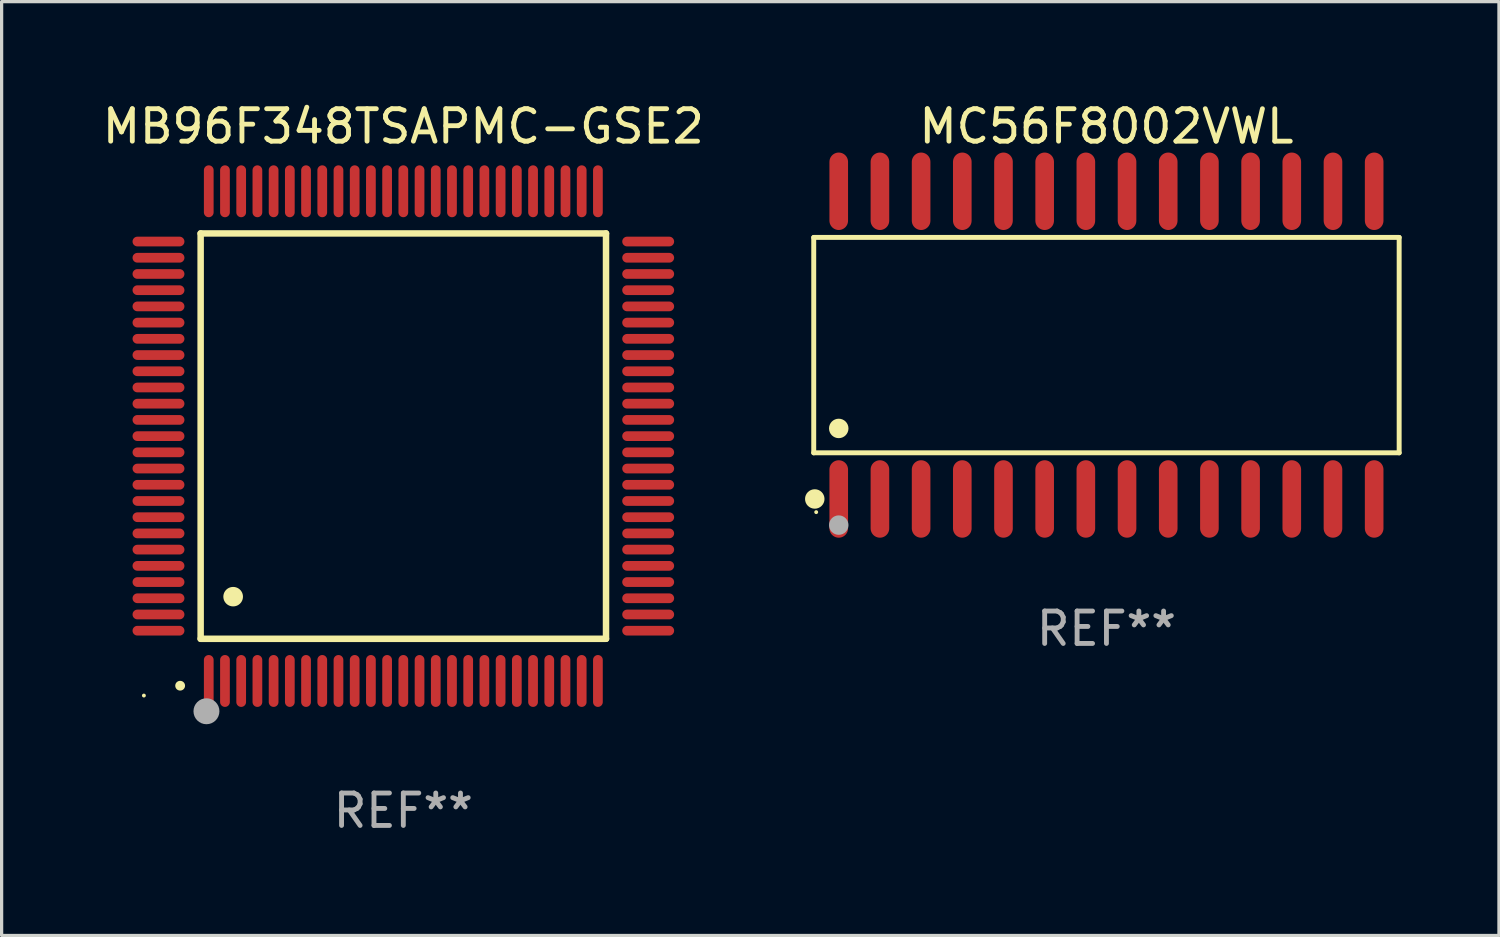
<source format=kicad_pcb>
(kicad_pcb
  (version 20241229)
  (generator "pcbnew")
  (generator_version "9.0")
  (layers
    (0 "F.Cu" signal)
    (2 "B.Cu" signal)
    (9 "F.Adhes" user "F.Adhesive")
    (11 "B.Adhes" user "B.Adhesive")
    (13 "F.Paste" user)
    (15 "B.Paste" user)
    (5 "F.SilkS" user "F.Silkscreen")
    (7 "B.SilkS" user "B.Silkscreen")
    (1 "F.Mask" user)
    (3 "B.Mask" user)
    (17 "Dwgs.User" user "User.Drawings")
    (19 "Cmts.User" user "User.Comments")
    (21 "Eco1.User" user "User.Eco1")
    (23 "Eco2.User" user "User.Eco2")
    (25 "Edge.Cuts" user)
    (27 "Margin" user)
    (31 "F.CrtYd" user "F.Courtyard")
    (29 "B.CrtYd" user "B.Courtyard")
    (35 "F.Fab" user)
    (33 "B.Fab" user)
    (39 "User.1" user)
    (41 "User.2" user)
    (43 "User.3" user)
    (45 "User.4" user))
  (footprint "MB96F348TSAPMC-GSE2"
    (layer "F.Cu")
    (at 9.387 10.398)
    (property "Reference" "MB96F348TSAPMC-GSE2" (at 0 -9.55 0) (layer "F.SilkS") (effects (font (size 1 1) (thickness 0.15))))
    (attr through_hole)
    (fp_line (start -6.25 -6.25) (end -6.25 6.25) (stroke (width 0.2) (type solid)) (layer "F.SilkS"))
    (fp_line (start -6.25 6.25) (end 6.25 6.25) (stroke (width 0.2) (type solid)) (layer "F.SilkS"))
    (fp_line (start 6.25 -6.25) (end -6.25 -6.25) (stroke (width 0.2) (type solid)) (layer "F.SilkS"))
    (fp_line (start 6.25 6.25) (end 6.25 -6.25) (stroke (width 0.2) (type solid)) (layer "F.SilkS"))
    (fp_arc (start -6.883414 7.696215) (mid -6.882144 7.69621) (end -6.880874 7.696215) (stroke (width 0.3) (type solid)) (layer "F.SilkS"))
    (fp_arc (start -5.250191 4.95047) (mid -5.247651 4.950459) (end -5.245111 4.95047) (stroke (width 0.6) (type solid)) (layer "F.SilkS"))
    (fp_circle (center -8 8) (end -7.97 8) (stroke (width 0.06) (type solid)) (fill no) (layer "F.SilkS"))
    (fp_circle (center -6.071 8.484) (end -5.871 8.484) (stroke (width 0.4) (type solid)) (fill no) (layer "F.Fab"))
    (fp_text user "REF**" (at 0 11.55 0) (layer "F.Fab") (effects (font (size 1 1) (thickness 0.15))))
    (pad "1" smd oval (at -6 7.55) (size 0.3 1.6) (layers "F.Cu" "F.Mask" "F.Paste"))
    (pad "2" smd oval (at -5.5 7.55) (size 0.3 1.6) (layers "F.Cu" "F.Mask" "F.Paste"))
    (pad "3" smd oval (at -5 7.55) (size 0.3 1.6) (layers "F.Cu" "F.Mask" "F.Paste"))
    (pad "4" smd oval (at -4.5 7.55) (size 0.3 1.6) (layers "F.Cu" "F.Mask" "F.Paste"))
    (pad "5" smd oval (at -4 7.55) (size 0.3 1.6) (layers "F.Cu" "F.Mask" "F.Paste"))
    (pad "6" smd oval (at -3.5 7.55) (size 0.3 1.6) (layers "F.Cu" "F.Mask" "F.Paste"))
    (pad "7" smd oval (at -3 7.55) (size 0.3 1.6) (layers "F.Cu" "F.Mask" "F.Paste"))
    (pad "8" smd oval (at -2.5 7.55) (size 0.3 1.6) (layers "F.Cu" "F.Mask" "F.Paste"))
    (pad "9" smd oval (at -2 7.55) (size 0.3 1.6) (layers "F.Cu" "F.Mask" "F.Paste"))
    (pad "10" smd oval (at -1.5 7.55) (size 0.3 1.6) (layers "F.Cu" "F.Mask" "F.Paste"))
    (pad "11" smd oval (at -1 7.55) (size 0.3 1.6) (layers "F.Cu" "F.Mask" "F.Paste"))
    (pad "12" smd oval (at -0.5 7.55) (size 0.3 1.6) (layers "F.Cu" "F.Mask" "F.Paste"))
    (pad "13" smd oval (at 0 7.55) (size 0.3 1.6) (layers "F.Cu" "F.Mask" "F.Paste"))
    (pad "14" smd oval (at 0.5 7.55) (size 0.3 1.6) (layers "F.Cu" "F.Mask" "F.Paste"))
    (pad "15" smd oval (at 1 7.55) (size 0.3 1.6) (layers "F.Cu" "F.Mask" "F.Paste"))
    (pad "16" smd oval (at 1.5 7.55) (size 0.3 1.6) (layers "F.Cu" "F.Mask" "F.Paste"))
    (pad "17" smd oval (at 2 7.55) (size 0.3 1.6) (layers "F.Cu" "F.Mask" "F.Paste"))
    (pad "18" smd oval (at 2.5 7.55) (size 0.3 1.6) (layers "F.Cu" "F.Mask" "F.Paste"))
    (pad "19" smd oval (at 3 7.55) (size 0.3 1.6) (layers "F.Cu" "F.Mask" "F.Paste"))
    (pad "20" smd oval (at 3.5 7.55) (size 0.3 1.6) (layers "F.Cu" "F.Mask" "F.Paste"))
    (pad "21" smd oval (at 4 7.55) (size 0.3 1.6) (layers "F.Cu" "F.Mask" "F.Paste"))
    (pad "22" smd oval (at 4.5 7.55) (size 0.3 1.6) (layers "F.Cu" "F.Mask" "F.Paste"))
    (pad "23" smd oval (at 5 7.55) (size 0.3 1.6) (layers "F.Cu" "F.Mask" "F.Paste"))
    (pad "24" smd oval (at 5.5 7.55) (size 0.3 1.6) (layers "F.Cu" "F.Mask" "F.Paste"))
    (pad "25" smd oval (at 6 7.55) (size 0.3 1.6) (layers "F.Cu" "F.Mask" "F.Paste"))
    (pad "26" smd oval (at 7.55 6) (size 1.6 0.3) (layers "F.Cu" "F.Mask" "F.Paste"))
    (pad "27" smd oval (at 7.55 5.5) (size 1.6 0.3) (layers "F.Cu" "F.Mask" "F.Paste"))
    (pad "28" smd oval (at 7.55 5) (size 1.6 0.3) (layers "F.Cu" "F.Mask" "F.Paste"))
    (pad "29" smd oval (at 7.55 4.5) (size 1.6 0.3) (layers "F.Cu" "F.Mask" "F.Paste"))
    (pad "30" smd oval (at 7.55 4) (size 1.6 0.3) (layers "F.Cu" "F.Mask" "F.Paste"))
    (pad "31" smd oval (at 7.55 3.5) (size 1.6 0.3) (layers "F.Cu" "F.Mask" "F.Paste"))
    (pad "32" smd oval (at 7.55 3) (size 1.6 0.3) (layers "F.Cu" "F.Mask" "F.Paste"))
    (pad "33" smd oval (at 7.55 2.5) (size 1.6 0.3) (layers "F.Cu" "F.Mask" "F.Paste"))
    (pad "34" smd oval (at 7.55 2) (size 1.6 0.3) (layers "F.Cu" "F.Mask" "F.Paste"))
    (pad "35" smd oval (at 7.55 1.5) (size 1.6 0.3) (layers "F.Cu" "F.Mask" "F.Paste"))
    (pad "36" smd oval (at 7.55 1) (size 1.6 0.3) (layers "F.Cu" "F.Mask" "F.Paste"))
    (pad "37" smd oval (at 7.55 0.5) (size 1.6 0.3) (layers "F.Cu" "F.Mask" "F.Paste"))
    (pad "38" smd oval (at 7.55 0) (size 1.6 0.3) (layers "F.Cu" "F.Mask" "F.Paste"))
    (pad "39" smd oval (at 7.55 -0.5) (size 1.6 0.3) (layers "F.Cu" "F.Mask" "F.Paste"))
    (pad "40" smd oval (at 7.55 -1) (size 1.6 0.3) (layers "F.Cu" "F.Mask" "F.Paste"))
    (pad "41" smd oval (at 7.55 -1.5) (size 1.6 0.3) (layers "F.Cu" "F.Mask" "F.Paste"))
    (pad "42" smd oval (at 7.55 -2) (size 1.6 0.3) (layers "F.Cu" "F.Mask" "F.Paste"))
    (pad "43" smd oval (at 7.55 -2.5) (size 1.6 0.3) (layers "F.Cu" "F.Mask" "F.Paste"))
    (pad "44" smd oval (at 7.55 -3) (size 1.6 0.3) (layers "F.Cu" "F.Mask" "F.Paste"))
    (pad "45" smd oval (at 7.55 -3.5) (size 1.6 0.3) (layers "F.Cu" "F.Mask" "F.Paste"))
    (pad "46" smd oval (at 7.55 -4) (size 1.6 0.3) (layers "F.Cu" "F.Mask" "F.Paste"))
    (pad "47" smd oval (at 7.55 -4.5) (size 1.6 0.3) (layers "F.Cu" "F.Mask" "F.Paste"))
    (pad "48" smd oval (at 7.55 -5) (size 1.6 0.3) (layers "F.Cu" "F.Mask" "F.Paste"))
    (pad "49" smd oval (at 7.55 -5.5) (size 1.6 0.3) (layers "F.Cu" "F.Mask" "F.Paste"))
    (pad "50" smd oval (at 7.55 -6) (size 1.6 0.3) (layers "F.Cu" "F.Mask" "F.Paste"))
    (pad "51" smd oval (at 6 -7.55) (size 0.3 1.6) (layers "F.Cu" "F.Mask" "F.Paste"))
    (pad "52" smd oval (at 5.5 -7.55) (size 0.3 1.6) (layers "F.Cu" "F.Mask" "F.Paste"))
    (pad "53" smd oval (at 5 -7.55) (size 0.3 1.6) (layers "F.Cu" "F.Mask" "F.Paste"))
    (pad "54" smd oval (at 4.5 -7.55) (size 0.3 1.6) (layers "F.Cu" "F.Mask" "F.Paste"))
    (pad "55" smd oval (at 4 -7.55) (size 0.3 1.6) (layers "F.Cu" "F.Mask" "F.Paste"))
    (pad "56" smd oval (at 3.5 -7.55) (size 0.3 1.6) (layers "F.Cu" "F.Mask" "F.Paste"))
    (pad "57" smd oval (at 3 -7.55) (size 0.3 1.6) (layers "F.Cu" "F.Mask" "F.Paste"))
    (pad "58" smd oval (at 2.5 -7.55) (size 0.3 1.6) (layers "F.Cu" "F.Mask" "F.Paste"))
    (pad "59" smd oval (at 2 -7.55) (size 0.3 1.6) (layers "F.Cu" "F.Mask" "F.Paste"))
    (pad "60" smd oval (at 1.5 -7.55) (size 0.3 1.6) (layers "F.Cu" "F.Mask" "F.Paste"))
    (pad "61" smd oval (at 1 -7.55) (size 0.3 1.6) (layers "F.Cu" "F.Mask" "F.Paste"))
    (pad "62" smd oval (at 0.5 -7.55) (size 0.3 1.6) (layers "F.Cu" "F.Mask" "F.Paste"))
    (pad "63" smd oval (at 0 -7.55) (size 0.3 1.6) (layers "F.Cu" "F.Mask" "F.Paste"))
    (pad "64" smd oval (at -0.5 -7.55) (size 0.3 1.6) (layers "F.Cu" "F.Mask" "F.Paste"))
    (pad "65" smd oval (at -1 -7.55) (size 0.3 1.6) (layers "F.Cu" "F.Mask" "F.Paste"))
    (pad "66" smd oval (at -1.5 -7.55) (size 0.3 1.6) (layers "F.Cu" "F.Mask" "F.Paste"))
    (pad "67" smd oval (at -2 -7.55) (size 0.3 1.6) (layers "F.Cu" "F.Mask" "F.Paste"))
    (pad "68" smd oval (at -2.5 -7.55) (size 0.3 1.6) (layers "F.Cu" "F.Mask" "F.Paste"))
    (pad "69" smd oval (at -3 -7.55) (size 0.3 1.6) (layers "F.Cu" "F.Mask" "F.Paste"))
    (pad "70" smd oval (at -3.5 -7.55) (size 0.3 1.6) (layers "F.Cu" "F.Mask" "F.Paste"))
    (pad "71" smd oval (at -4 -7.55) (size 0.3 1.6) (layers "F.Cu" "F.Mask" "F.Paste"))
    (pad "72" smd oval (at -4.5 -7.55) (size 0.3 1.6) (layers "F.Cu" "F.Mask" "F.Paste"))
    (pad "73" smd oval (at -5 -7.55) (size 0.3 1.6) (layers "F.Cu" "F.Mask" "F.Paste"))
    (pad "74" smd oval (at -5.5 -7.55) (size 0.3 1.6) (layers "F.Cu" "F.Mask" "F.Paste"))
    (pad "75" smd oval (at -6 -7.55) (size 0.3 1.6) (layers "F.Cu" "F.Mask" "F.Paste"))
    (pad "76" smd oval (at -7.55 -6) (size 1.6 0.3) (layers "F.Cu" "F.Mask" "F.Paste"))
    (pad "77" smd oval (at -7.55 -5.5) (size 1.6 0.3) (layers "F.Cu" "F.Mask" "F.Paste"))
    (pad "78" smd oval (at -7.55 -5) (size 1.6 0.3) (layers "F.Cu" "F.Mask" "F.Paste"))
    (pad "79" smd oval (at -7.55 -4.5) (size 1.6 0.3) (layers "F.Cu" "F.Mask" "F.Paste"))
    (pad "80" smd oval (at -7.55 -4) (size 1.6 0.3) (layers "F.Cu" "F.Mask" "F.Paste"))
    (pad "81" smd oval (at -7.55 -3.5) (size 1.6 0.3) (layers "F.Cu" "F.Mask" "F.Paste"))
    (pad "82" smd oval (at -7.55 -3) (size 1.6 0.3) (layers "F.Cu" "F.Mask" "F.Paste"))
    (pad "83" smd oval (at -7.55 -2.5) (size 1.6 0.3) (layers "F.Cu" "F.Mask" "F.Paste"))
    (pad "84" smd oval (at -7.55 -2) (size 1.6 0.3) (layers "F.Cu" "F.Mask" "F.Paste"))
    (pad "85" smd oval (at -7.55 -1.5) (size 1.6 0.3) (layers "F.Cu" "F.Mask" "F.Paste"))
    (pad "86" smd oval (at -7.55 -1) (size 1.6 0.3) (layers "F.Cu" "F.Mask" "F.Paste"))
    (pad "87" smd oval (at -7.55 -0.5) (size 1.6 0.3) (layers "F.Cu" "F.Mask" "F.Paste"))
    (pad "88" smd oval (at -7.55 0) (size 1.6 0.3) (layers "F.Cu" "F.Mask" "F.Paste"))
    (pad "89" smd oval (at -7.55 0.5) (size 1.6 0.3) (layers "F.Cu" "F.Mask" "F.Paste"))
    (pad "90" smd oval (at -7.55 1) (size 1.6 0.3) (layers "F.Cu" "F.Mask" "F.Paste"))
    (pad "91" smd oval (at -7.55 1.5) (size 1.6 0.3) (layers "F.Cu" "F.Mask" "F.Paste"))
    (pad "92" smd oval (at -7.55 2) (size 1.6 0.3) (layers "F.Cu" "F.Mask" "F.Paste"))
    (pad "93" smd oval (at -7.55 2.5) (size 1.6 0.3) (layers "F.Cu" "F.Mask" "F.Paste"))
    (pad "94" smd oval (at -7.55 3) (size 1.6 0.3) (layers "F.Cu" "F.Mask" "F.Paste"))
    (pad "95" smd oval (at -7.55 3.5) (size 1.6 0.3) (layers "F.Cu" "F.Mask" "F.Paste"))
    (pad "96" smd oval (at -7.55 4) (size 1.6 0.3) (layers "F.Cu" "F.Mask" "F.Paste"))
    (pad "97" smd oval (at -7.55 4.5) (size 1.6 0.3) (layers "F.Cu" "F.Mask" "F.Paste"))
    (pad "98" smd oval (at -7.55 5) (size 1.6 0.3) (layers "F.Cu" "F.Mask" "F.Paste"))
    (pad "99" smd oval (at -7.55 5.5) (size 1.6 0.3) (layers "F.Cu" "F.Mask" "F.Paste"))
    (pad "100" smd oval (at -7.55 6) (size 1.6 0.3) (layers "F.Cu" "F.Mask" "F.Paste")))
  (footprint "MC56F8002VWL"
    (layer "F.Cu")
    (at 31.068 7.592)
    (property "Reference" "MC56F8002VWL" (at 0 -6.744 0) (layer "F.SilkS") (effects (font (size 1 1) (thickness 0.15))))
    (attr through_hole)
    (fp_line (start -9.026 -3.321) (end 9.026 -3.321) (stroke (width 0.152) (type solid)) (layer "F.SilkS"))
    (fp_line (start -9.026 3.321) (end -9.026 -3.321) (stroke (width 0.152) (type solid)) (layer "F.SilkS"))
    (fp_line (start 9.026 -3.321) (end 9.026 3.321) (stroke (width 0.152) (type solid)) (layer "F.SilkS"))
    (fp_line (start 9.026 3.321) (end -9.026 3.321) (stroke (width 0.152) (type solid)) (layer "F.SilkS"))
    (fp_circle (center -8.994 4.744) (end -8.844 4.744) (stroke (width 0.3) (type solid)) (fill no) (layer "F.SilkS"))
    (fp_circle (center -8.95 5.15) (end -8.92 5.15) (stroke (width 0.06) (type solid)) (fill no) (layer "F.SilkS"))
    (fp_circle (center -8.255 2.569) (end -8.105 2.569) (stroke (width 0.3) (type solid)) (fill no) (layer "F.SilkS"))
    (fp_circle (center -8.255 5.55) (end -8.105 5.55) (stroke (width 0.3) (type solid)) (fill no) (layer "F.Fab"))
    (fp_text user "REF**" (at 0 8.744 0) (layer "F.Fab") (effects (font (size 1 1) (thickness 0.15))))
    (pad "1" smd oval (at -8.255 4.744) (size 0.574 2.388) (layers "F.Cu" "F.Mask" "F.Paste"))
    (pad "2" smd oval (at -6.985 4.744) (size 0.574 2.388) (layers "F.Cu" "F.Mask" "F.Paste"))
    (pad "3" smd oval (at -5.715 4.744) (size 0.574 2.388) (layers "F.Cu" "F.Mask" "F.Paste"))
    (pad "4" smd oval (at -4.445 4.744) (size 0.574 2.388) (layers "F.Cu" "F.Mask" "F.Paste"))
    (pad "5" smd oval (at -3.175 4.744) (size 0.574 2.388) (layers "F.Cu" "F.Mask" "F.Paste"))
    (pad "6" smd oval (at -1.905 4.744) (size 0.574 2.388) (layers "F.Cu" "F.Mask" "F.Paste"))
    (pad "7" smd oval (at -0.635 4.744) (size 0.574 2.388) (layers "F.Cu" "F.Mask" "F.Paste"))
    (pad "8" smd oval (at 0.635 4.744) (size 0.574 2.388) (layers "F.Cu" "F.Mask" "F.Paste"))
    (pad "9" smd oval (at 1.905 4.744) (size 0.574 2.388) (layers "F.Cu" "F.Mask" "F.Paste"))
    (pad "10" smd oval (at 3.175 4.744) (size 0.574 2.388) (layers "F.Cu" "F.Mask" "F.Paste"))
    (pad "11" smd oval (at 4.445 4.744) (size 0.574 2.388) (layers "F.Cu" "F.Mask" "F.Paste"))
    (pad "12" smd oval (at 5.715 4.744) (size 0.574 2.388) (layers "F.Cu" "F.Mask" "F.Paste"))
    (pad "13" smd oval (at 6.985 4.744) (size 0.574 2.388) (layers "F.Cu" "F.Mask" "F.Paste"))
    (pad "14" smd oval (at 8.255 4.744) (size 0.574 2.388) (layers "F.Cu" "F.Mask" "F.Paste"))
    (pad "15" smd oval (at 8.255 -4.744) (size 0.574 2.388) (layers "F.Cu" "F.Mask" "F.Paste"))
    (pad "16" smd oval (at 6.985 -4.744) (size 0.574 2.388) (layers "F.Cu" "F.Mask" "F.Paste"))
    (pad "17" smd oval (at 5.715 -4.744) (size 0.574 2.388) (layers "F.Cu" "F.Mask" "F.Paste"))
    (pad "18" smd oval (at 4.445 -4.744) (size 0.574 2.388) (layers "F.Cu" "F.Mask" "F.Paste"))
    (pad "19" smd oval (at 3.175 -4.744) (size 0.574 2.388) (layers "F.Cu" "F.Mask" "F.Paste"))
    (pad "20" smd oval (at 1.905 -4.744) (size 0.574 2.388) (layers "F.Cu" "F.Mask" "F.Paste"))
    (pad "21" smd oval (at 0.635 -4.744) (size 0.574 2.388) (layers "F.Cu" "F.Mask" "F.Paste"))
    (pad "22" smd oval (at -0.635 -4.744) (size 0.574 2.388) (layers "F.Cu" "F.Mask" "F.Paste"))
    (pad "23" smd oval (at -1.905 -4.744) (size 0.574 2.388) (layers "F.Cu" "F.Mask" "F.Paste"))
    (pad "24" smd oval (at -3.175 -4.744) (size 0.574 2.388) (layers "F.Cu" "F.Mask" "F.Paste"))
    (pad "25" smd oval (at -4.445 -4.744) (size 0.574 2.388) (layers "F.Cu" "F.Mask" "F.Paste"))
    (pad "26" smd oval (at -5.715 -4.744) (size 0.574 2.388) (layers "F.Cu" "F.Mask" "F.Paste"))
    (pad "27" smd oval (at -6.985 -4.744) (size 0.574 2.388) (layers "F.Cu" "F.Mask" "F.Paste"))
    (pad "28" smd oval (at -8.255 -4.744) (size 0.574 2.388) (layers "F.Cu" "F.Mask" "F.Paste")))
  (gr_rect
    (start -3 -3)
    (end 43.171 25.796)
    (stroke (width 0.1) (type default))
    (fill no)
    (layer "Edge.Cuts")))
</source>
